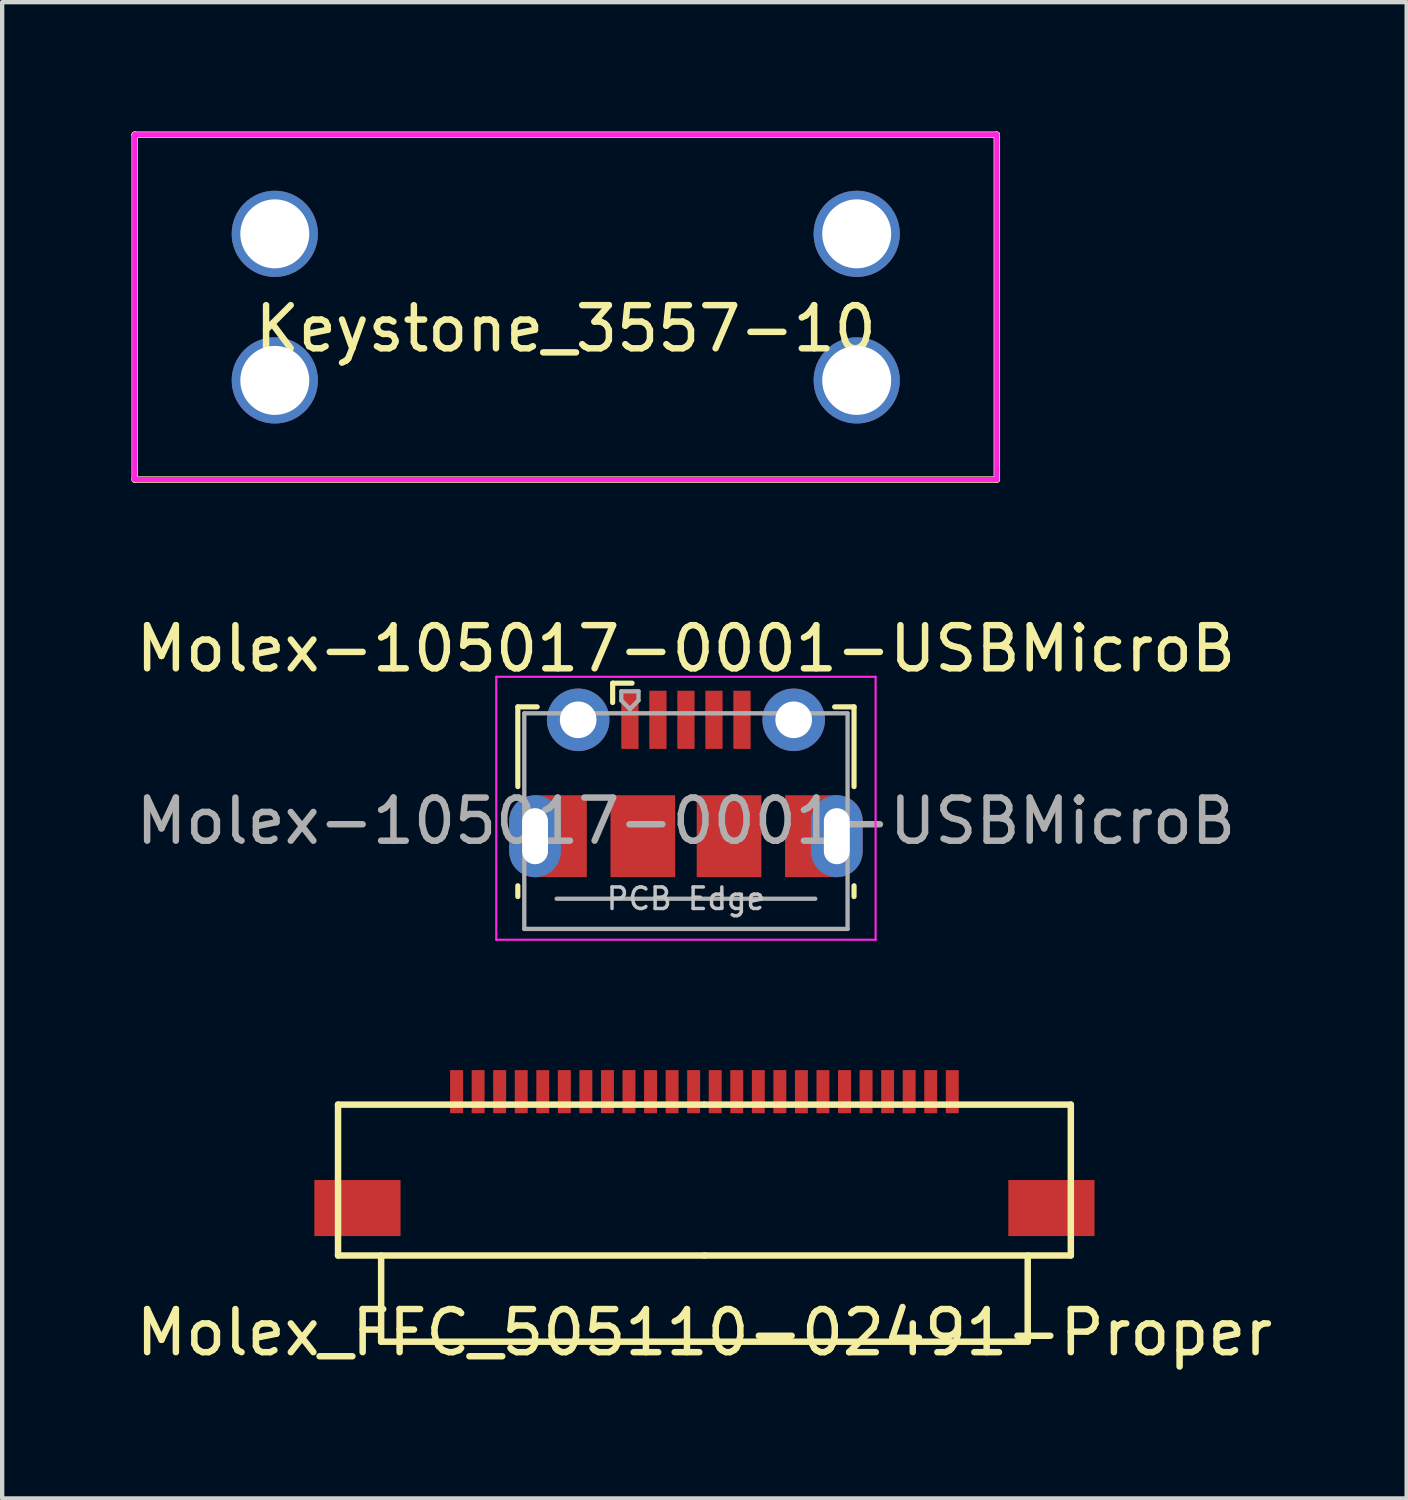
<source format=kicad_pcb>
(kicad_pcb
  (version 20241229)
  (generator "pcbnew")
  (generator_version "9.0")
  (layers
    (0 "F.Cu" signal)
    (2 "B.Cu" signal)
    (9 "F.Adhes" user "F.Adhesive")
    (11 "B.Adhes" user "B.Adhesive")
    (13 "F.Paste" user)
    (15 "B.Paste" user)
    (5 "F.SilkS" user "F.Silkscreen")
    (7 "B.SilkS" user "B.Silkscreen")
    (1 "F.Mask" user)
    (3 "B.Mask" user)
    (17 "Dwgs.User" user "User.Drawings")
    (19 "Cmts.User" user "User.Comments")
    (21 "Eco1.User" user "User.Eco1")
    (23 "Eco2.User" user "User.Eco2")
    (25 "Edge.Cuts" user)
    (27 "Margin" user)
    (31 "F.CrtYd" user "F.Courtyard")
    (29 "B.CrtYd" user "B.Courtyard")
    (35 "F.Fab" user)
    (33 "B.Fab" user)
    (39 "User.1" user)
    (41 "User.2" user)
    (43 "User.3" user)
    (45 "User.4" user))
  (footprint "Molex-105017-0001-USBMicroB"
    (layer "F.Cu")
    (at 12.863 15.111)
    (property "Reference" "Molex-105017-0001-USBMicroB" (at 0 -3.112 0) (layer "F.SilkS") (effects (font (size 1 1) (thickness 0.15))))
    (attr smd)
    (fp_line (start -3.9 -1.762) (end -3.45 -1.762) (stroke (width 0.12) (type solid)) (layer "F.SilkS"))
    (fp_line (start -3.9 0.087) (end -3.9 -1.762) (stroke (width 0.12) (type solid)) (layer "F.SilkS"))
    (fp_line (start -3.9 2.638) (end -3.9 2.388) (stroke (width 0.12) (type solid)) (layer "F.SilkS"))
    (fp_line (start -1.7 -2.312) (end -1.7 -1.863) (stroke (width 0.12) (type solid)) (layer "F.SilkS"))
    (fp_line (start -1.7 -2.312) (end -1.25 -2.312) (stroke (width 0.12) (type solid)) (layer "F.SilkS"))
    (fp_line (start 3.9 -1.762) (end 3.45 -1.762) (stroke (width 0.12) (type solid)) (layer "F.SilkS"))
    (fp_line (start 3.9 0.087) (end 3.9 -1.762) (stroke (width 0.12) (type solid)) (layer "F.SilkS"))
    (fp_line (start 3.9 2.638) (end 3.9 2.388) (stroke (width 0.12) (type solid)) (layer "F.SilkS"))
    (fp_line (start -4.4 -2.46) (end 4.4 -2.46) (stroke (width 0.05) (type solid)) (layer "F.CrtYd"))
    (fp_line (start -4.4 3.64) (end -4.4 -2.46) (stroke (width 0.05) (type solid)) (layer "F.CrtYd"))
    (fp_line (start -4.4 3.64) (end 4.4 3.64) (stroke (width 0.05) (type solid)) (layer "F.CrtYd"))
    (fp_line (start 4.4 -2.46) (end 4.4 3.64) (stroke (width 0.05) (type solid)) (layer "F.CrtYd"))
    (fp_line (start -3.75 -1.613) (end 3.75 -1.613) (stroke (width 0.1) (type solid)) (layer "F.Fab"))
    (fp_line (start -3.75 3.388) (end -3.75 -1.613) (stroke (width 0.1) (type solid)) (layer "F.Fab"))
    (fp_line (start -3.75 3.389) (end 3.75 3.389) (stroke (width 0.1) (type solid)) (layer "F.Fab"))
    (fp_line (start -3 2.689) (end 3 2.689) (stroke (width 0.1) (type solid)) (layer "F.Fab"))
    (fp_line (start -1.5 -2.123) (end -1.5 -1.913) (stroke (width 0.1) (type solid)) (layer "F.Fab"))
    (fp_line (start -1.5 -2.123) (end -1.1 -2.123) (stroke (width 0.1) (type solid)) (layer "F.Fab"))
    (fp_line (start -1.3 -1.712) (end -1.5 -1.913) (stroke (width 0.1) (type solid)) (layer "F.Fab"))
    (fp_line (start -1.1 -2.123) (end -1.1 -1.913) (stroke (width 0.1) (type solid)) (layer "F.Fab"))
    (fp_line (start -1.1 -1.913) (end -1.3 -1.712) (stroke (width 0.1) (type solid)) (layer "F.Fab"))
    (fp_line (start 3.75 3.388) (end 3.75 -1.613) (stroke (width 0.1) (type solid)) (layer "F.Fab"))
    (fp_text user "PCB Edge" (at 0 2.688 0) (layer "Dwgs.User") (effects (font (size 0.5 0.5) (thickness 0.08))))
    (fp_text user "${REFERENCE}" (at 0 0.887 0) (layer "F.Fab") (effects (font (size 1 1) (thickness 0.15))))
    (pad "1" smd rect (at -1.3 -1.462) (size 0.4 1.35) (layers "F.Cu" "F.Mask" "F.Paste"))
    (pad "2" smd rect (at -0.65 -1.462) (size 0.4 1.35) (layers "F.Cu" "F.Mask" "F.Paste"))
    (pad "3" smd rect (at 0 -1.462) (size 0.4 1.35) (layers "F.Cu" "F.Mask" "F.Paste"))
    (pad "4" smd rect (at 0.65 -1.462) (size 0.4 1.35) (layers "F.Cu" "F.Mask" "F.Paste"))
    (pad "5" smd rect (at 1.3 -1.462) (size 0.4 1.35) (layers "F.Cu" "F.Mask" "F.Paste"))
    (pad "6" thru_hole oval (at -3.5 1.238 180) (size 1.2 1.9) (drill oval 0.6 1.3) (layers "*.Cu" "*.Mask"))
    (pad "6" smd rect (at -2.9 1.238) (size 1.2 1.9) (layers "F.Cu" "F.Mask"))
    (pad "6" thru_hole circle (at -2.5 -1.462) (size 1.45 1.45) (drill 0.85) (layers "*.Cu" "*.Mask"))
    (pad "6" smd rect (at -1 1.238) (size 1.5 1.9) (layers "F.Cu" "F.Mask" "F.Paste"))
    (pad "6" smd rect (at 1 1.238) (size 1.5 1.9) (layers "F.Cu" "F.Mask" "F.Paste"))
    (pad "6" thru_hole circle (at 2.5 -1.462) (size 1.45 1.45) (drill 0.85) (layers "*.Cu" "*.Mask"))
    (pad "6" smd rect (at 2.9 1.238) (size 1.2 1.9) (layers "F.Cu" "F.Mask"))
    (pad "6" thru_hole oval (at 3.5 1.238) (size 1.2 1.9) (drill oval 0.6 1.3) (layers "*.Cu" "*.Mask")))
  (footprint "Keystone_3557-10"
    (layer "F.Cu")
    (at 10.075 4.075)
    (property "Reference" "Keystone_3557-10" (at 0 0.5 0) (layer "F.SilkS") (effects (font (size 1 1) (thickness 0.15))))
    (attr through_hole)
    (fp_line (start -10 -4) (end -10 4) (stroke (width 0.15) (type solid)) (layer "F.SilkS"))
    (fp_line (start -10 4) (end 10 4) (stroke (width 0.15) (type solid)) (layer "F.SilkS"))
    (fp_line (start 10 -4) (end -10 -4) (stroke (width 0.15) (type solid)) (layer "F.SilkS"))
    (fp_line (start 10 4) (end 10 -4) (stroke (width 0.15) (type solid)) (layer "F.SilkS"))
    (fp_line (start -10 -4) (end -10 4) (stroke (width 0.12) (type solid)) (layer "F.CrtYd"))
    (fp_line (start -10 4) (end 10 4) (stroke (width 0.12) (type solid)) (layer "F.CrtYd"))
    (fp_line (start 10 -4) (end -10 -4) (stroke (width 0.12) (type solid)) (layer "F.CrtYd"))
    (fp_line (start 10 4) (end 10 -4) (stroke (width 0.12) (type solid)) (layer "F.CrtYd"))
    (pad "1" thru_hole circle (at -6.75 -1.7) (size 2 2) (drill 1.6) (layers "*.Cu" "*.Mask"))
    (pad "1" thru_hole circle (at -6.75 1.7) (size 2 2) (drill 1.6) (layers "*.Cu" "*.Mask"))
    (pad "2" thru_hole circle (at 6.75 -1.7) (size 2 2) (drill 1.6) (layers "*.Cu" "*.Mask"))
    (pad "2" thru_hole circle (at 6.75 1.7) (size 2 2) (drill 1.6) (layers "*.Cu" "*.Mask")))
  (footprint "Molex_FFC_505110-02491-Proper"
    (layer "F.Cu")
    (at 13.292 22.276)
    (property "Reference" "Molex_FFC_505110-02491-Proper" (at 0 5.588 0) (layer "F.SilkS") (effects (font (size 1 1) (thickness 0.15))))
    (attr through_hole)
    (fp_line (start -8.5 0.3) (end -8.5 3.8) (stroke (width 0.15) (type solid)) (layer "F.SilkS"))
    (fp_line (start -8.5 3.8) (end 0 3.8) (stroke (width 0.15) (type solid)) (layer "F.SilkS"))
    (fp_line (start -7.5 5.8) (end -7.5 3.8) (stroke (width 0.15) (type solid)) (layer "F.SilkS"))
    (fp_line (start 0 0.3) (end -8.5 0.3) (stroke (width 0.15) (type solid)) (layer "F.SilkS"))
    (fp_line (start 0 0.3) (end 8.5 0.3) (stroke (width 0.15) (type solid)) (layer "F.SilkS"))
    (fp_line (start 0 3.8) (end 8.5 3.8) (stroke (width 0.15) (type solid)) (layer "F.SilkS"))
    (fp_line (start 7.5 3.8) (end 7.5 5.8) (stroke (width 0.15) (type solid)) (layer "F.SilkS"))
    (fp_line (start 7.5 5.8) (end -7.5 5.8) (stroke (width 0.15) (type solid)) (layer "F.SilkS"))
    (fp_line (start 8.5 0.3) (end 8.5 3.8) (stroke (width 0.15) (type solid)) (layer "F.SilkS"))
    (pad "1" smd trapezoid (at 5.75 0) (size 0.3 1) (layers "F.Cu" "F.Mask" "F.Paste"))
    (pad "2" smd trapezoid (at 5.25 0) (size 0.3 1) (layers "F.Cu" "F.Mask" "F.Paste"))
    (pad "3" smd trapezoid (at 4.75 0) (size 0.3 1) (layers "F.Cu" "F.Mask" "F.Paste"))
    (pad "4" smd trapezoid (at 4.25 0) (size 0.3 1) (layers "F.Cu" "F.Mask" "F.Paste"))
    (pad "5" smd trapezoid (at 3.75 0) (size 0.3 1) (layers "F.Cu" "F.Mask" "F.Paste"))
    (pad "6" smd trapezoid (at 3.25 0) (size 0.3 1) (layers "F.Cu" "F.Mask" "F.Paste"))
    (pad "7" smd trapezoid (at 2.75 0) (size 0.3 1) (layers "F.Cu" "F.Mask" "F.Paste"))
    (pad "8" smd trapezoid (at 2.25 0) (size 0.3 1) (layers "F.Cu" "F.Mask" "F.Paste"))
    (pad "9" smd trapezoid (at 1.75 0) (size 0.3 1) (layers "F.Cu" "F.Mask" "F.Paste"))
    (pad "10" smd trapezoid (at 1.25 0) (size 0.3 1) (layers "F.Cu" "F.Mask" "F.Paste"))
    (pad "11" smd trapezoid (at 0.75 0) (size 0.3 1) (layers "F.Cu" "F.Mask" "F.Paste"))
    (pad "12" smd trapezoid (at 0.25 0) (size 0.3 1) (layers "F.Cu" "F.Mask" "F.Paste"))
    (pad "13" smd trapezoid (at -0.25 0) (size 0.3 1) (layers "F.Cu" "F.Mask" "F.Paste"))
    (pad "14" smd trapezoid (at -0.75 0) (size 0.3 1) (layers "F.Cu" "F.Mask" "F.Paste"))
    (pad "15" smd trapezoid (at -1.25 0) (size 0.3 1) (layers "F.Cu" "F.Mask" "F.Paste"))
    (pad "16" smd trapezoid (at -1.75 0) (size 0.3 1) (layers "F.Cu" "F.Mask" "F.Paste"))
    (pad "17" smd trapezoid (at -2.25 0) (size 0.3 1) (layers "F.Cu" "F.Mask" "F.Paste"))
    (pad "18" smd trapezoid (at -2.75 0) (size 0.3 1) (layers "F.Cu" "F.Mask" "F.Paste"))
    (pad "19" smd trapezoid (at -3.25 0) (size 0.3 1) (layers "F.Cu" "F.Mask" "F.Paste"))
    (pad "20" smd trapezoid (at -3.75 0) (size 0.3 1) (layers "F.Cu" "F.Mask" "F.Paste"))
    (pad "21" smd trapezoid (at -4.25 0) (size 0.3 1) (layers "F.Cu" "F.Mask" "F.Paste"))
    (pad "22" smd trapezoid (at -4.75 0) (size 0.3 1) (layers "F.Cu" "F.Mask" "F.Paste"))
    (pad "23" smd trapezoid (at -5.25 0) (size 0.3 1) (layers "F.Cu" "F.Mask" "F.Paste"))
    (pad "24" smd trapezoid (at -5.75 0) (size 0.3 1) (layers "F.Cu" "F.Mask" "F.Paste"))
    (pad "MP" smd rect (at -8.05 2.7) (size 2 1.3) (layers "F.Cu" "F.Mask" "F.Paste"))
    (pad "MP" smd rect (at 8.05 2.7 180) (size 2 1.3) (layers "F.Cu" "F.Mask" "F.Paste")))
  (gr_rect
    (start -3 -3)
    (end 29.583 31.712)
    (stroke (width 0.1) (type default))
    (fill no)
    (layer "Edge.Cuts")))
</source>
